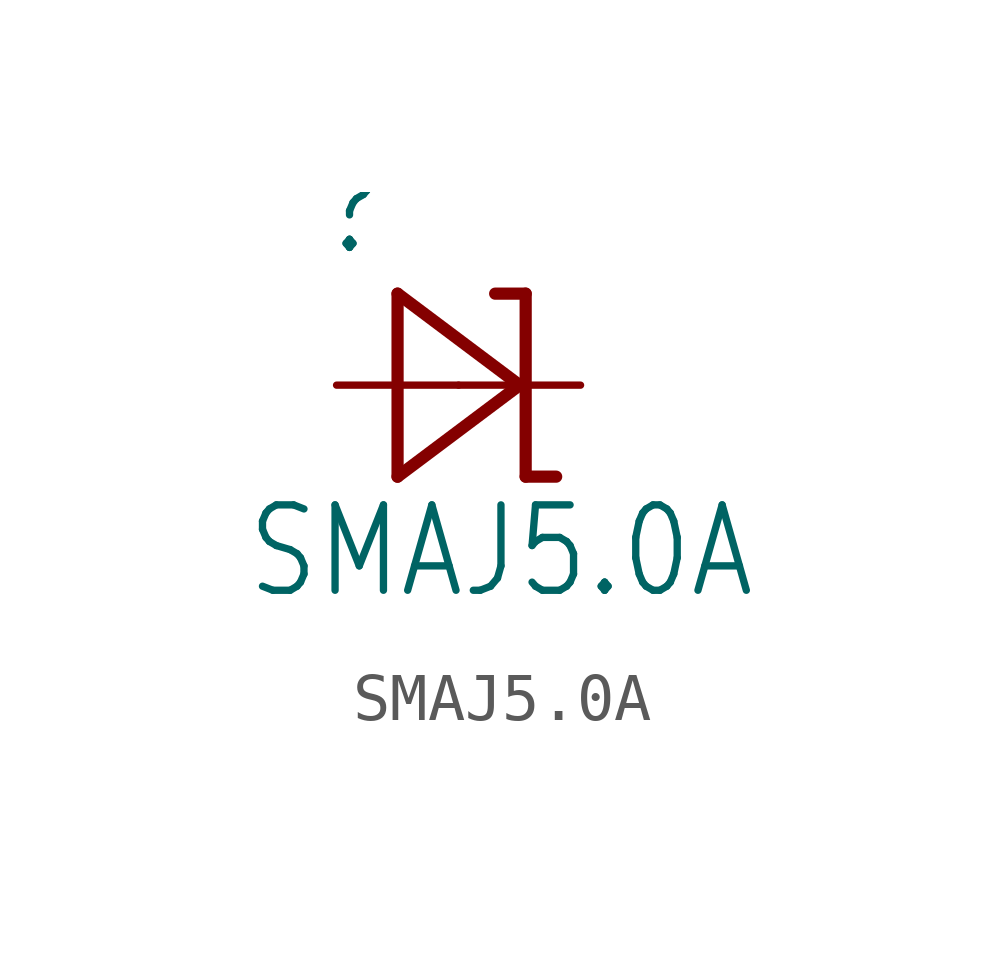
<source format=kicad_sym>
(kicad_symbol_lib
  (version 20211014)
  (generator kicad_symbol_editor)
  (symbol "SMAJ5.0A"
    (property "Reference" ""
      (at -2.946 2.642 0)
      (effects (font (size 1.778 1.511)) (justify left bottom)))
    (property "Value" "SMAJ5.0A"
      (at -4.47 -4.496 0)
      (effects (font (size 1.778 1.511)) (justify left bottom)))
    (property "ki_locked" ""
      (at 0 0 0)
      (effects (font (size 1.27 1.27))))
    (symbol "SMAJ5.0A_1_0"
      (polyline (pts (xy -1.27 -1.905) (xy 1.27 0)) (stroke (width 0.254) (type default) (color 0 0 0 0)) (fill (type none)))
      (polyline (pts (xy -1.27 1.905) (xy -1.27 -1.905)) (stroke (width 0.254) (type default) (color 0 0 0 0)) (fill (type none)))
      (polyline (pts (xy 1.27 0) (xy -1.27 1.905)) (stroke (width 0.254) (type default) (color 0 0 0 0)) (fill (type none)))
      (polyline (pts (xy 1.397 -1.905) (xy 2.032 -1.905)) (stroke (width 0.254) (type default) (color 0 0 0 0)) (fill (type none)))
      (polyline (pts (xy 1.397 1.905) (xy 0.762 1.905)) (stroke (width 0.254) (type default) (color 0 0 0 0)) (fill (type none)))
      (polyline (pts (xy 1.397 1.905) (xy 1.397 -1.905)) (stroke (width 0.254) (type default) (color 0 0 0 0)) (fill (type none)))
      (pin passive line (at -2.54 0 0) (length 2.54) (name "A" (effects (font (size 0 0)))) (number "A" (effects (font (size 0 0)))))
      (pin passive line (at 2.54 0 180) (length 2.54) (name "C" (effects (font (size 0 0)))) (number "K" (effects (font (size 0 0))))))))
</source>
